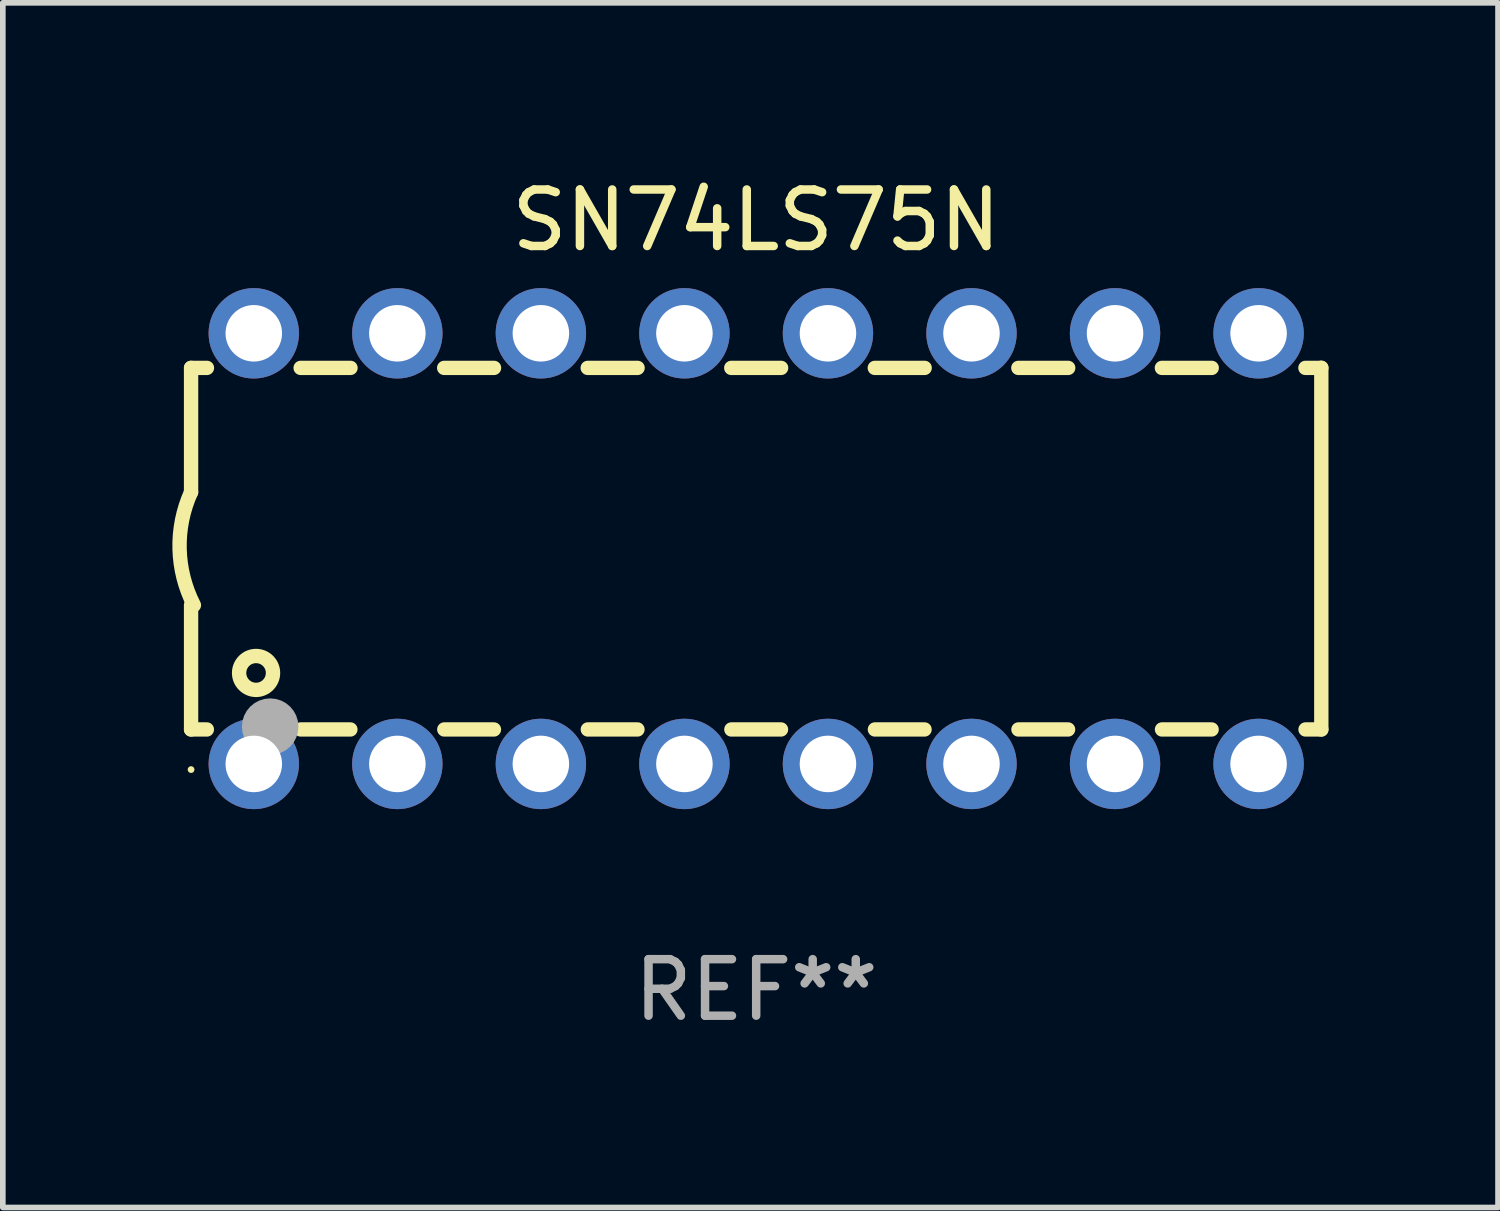
<source format=kicad_pcb>
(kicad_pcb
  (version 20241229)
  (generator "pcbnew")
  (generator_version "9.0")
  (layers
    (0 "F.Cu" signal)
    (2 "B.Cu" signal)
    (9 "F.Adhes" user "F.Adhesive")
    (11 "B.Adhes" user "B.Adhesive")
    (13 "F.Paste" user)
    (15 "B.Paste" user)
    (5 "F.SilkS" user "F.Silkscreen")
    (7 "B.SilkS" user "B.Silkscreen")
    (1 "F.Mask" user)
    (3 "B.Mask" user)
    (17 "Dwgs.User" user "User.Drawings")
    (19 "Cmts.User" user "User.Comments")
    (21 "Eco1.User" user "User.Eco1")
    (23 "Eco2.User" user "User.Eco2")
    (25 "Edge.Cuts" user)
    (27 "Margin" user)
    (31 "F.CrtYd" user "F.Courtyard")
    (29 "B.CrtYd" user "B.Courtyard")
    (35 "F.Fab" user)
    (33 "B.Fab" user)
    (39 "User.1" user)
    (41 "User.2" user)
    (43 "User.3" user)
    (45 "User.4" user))
  (footprint "SN74LS75N"
    (layer "F.Cu")
    (at 10.331 6.658)
    (property "Reference" "SN74LS75N" (at 0 -5.81 0) (layer "F.SilkS") (effects (font (size 1 1) (thickness 0.15))))
    (attr through_hole)
    (fp_line (start -10 -3.198) (end -9.719 -3.198) (stroke (width 0.254) (type solid)) (layer "F.SilkS"))
    (fp_line (start -10 -0.998) (end -10 -3.198) (stroke (width 0.254) (type solid)) (layer "F.SilkS"))
    (fp_line (start -10 3.2) (end -10 1) (stroke (width 0.254) (type solid)) (layer "F.SilkS"))
    (fp_line (start -10 3.2) (end -9.721 3.2) (stroke (width 0.254) (type solid)) (layer "F.SilkS"))
    (fp_line (start -8.061 -3.198) (end -7.179 -3.198) (stroke (width 0.254) (type solid)) (layer "F.SilkS"))
    (fp_line (start -8.059 3.2) (end -7.181 3.2) (stroke (width 0.254) (type solid)) (layer "F.SilkS"))
    (fp_line (start -5.521 -3.198) (end -4.639 -3.198) (stroke (width 0.254) (type solid)) (layer "F.SilkS"))
    (fp_line (start -5.519 3.2) (end -4.641 3.2) (stroke (width 0.254) (type solid)) (layer "F.SilkS"))
    (fp_line (start -2.981 -3.198) (end -2.099 -3.198) (stroke (width 0.254) (type solid)) (layer "F.SilkS"))
    (fp_line (start -2.979 3.2) (end -2.101 3.2) (stroke (width 0.254) (type solid)) (layer "F.SilkS"))
    (fp_line (start -0.441 -3.198) (end 0.441 -3.198) (stroke (width 0.254) (type solid)) (layer "F.SilkS"))
    (fp_line (start -0.439 3.2) (end 0.439 3.2) (stroke (width 0.254) (type solid)) (layer "F.SilkS"))
    (fp_line (start 2.099 -3.198) (end 2.981 -3.198) (stroke (width 0.254) (type solid)) (layer "F.SilkS"))
    (fp_line (start 2.101 3.2) (end 2.979 3.2) (stroke (width 0.254) (type solid)) (layer "F.SilkS"))
    (fp_line (start 4.639 -3.198) (end 5.521 -3.198) (stroke (width 0.254) (type solid)) (layer "F.SilkS"))
    (fp_line (start 4.641 3.2) (end 5.519 3.2) (stroke (width 0.254) (type solid)) (layer "F.SilkS"))
    (fp_line (start 7.179 -3.198) (end 8.061 -3.198) (stroke (width 0.254) (type solid)) (layer "F.SilkS"))
    (fp_line (start 7.181 3.2) (end 8.059 3.2) (stroke (width 0.254) (type solid)) (layer "F.SilkS"))
    (fp_line (start 9.719 -3.198) (end 10 -3.198) (stroke (width 0.254) (type solid)) (layer "F.SilkS"))
    (fp_line (start 9.721 3.2) (end 10 3.2) (stroke (width 0.254) (type solid)) (layer "F.SilkS"))
    (fp_line (start 10 3.2) (end 10 -3.2) (stroke (width 0.254) (type solid)) (layer "F.SilkS"))
    (fp_arc (start -9.949962 1) (mid -10.203153 0.005709) (end -10 -1) (stroke (width 0.254001) (type solid)) (layer "F.SilkS"))
    (fp_circle (center -10 3.91) (end -9.97 3.91) (stroke (width 0.06) (type solid)) (fill no) (layer "F.SilkS"))
    (fp_circle (center -8.85 2.2) (end -8.55 2.2) (stroke (width 0.254) (type solid)) (fill no) (layer "F.SilkS"))
    (fp_circle (center -8.6 3.15) (end -8.35 3.15) (stroke (width 0.5) (type solid)) (fill no) (layer "F.Fab"))
    (fp_text user "REF**" (at 0 7.81 0) (layer "F.Fab") (effects (font (size 1 1) (thickness 0.15))))
    (pad "1" thru_hole circle (at -8.89 3.81) (size 1.6 1.6) (drill 1) (layers "*.Cu" "*.Mask"))
    (pad "2" thru_hole circle (at -6.35 3.81) (size 1.6 1.6) (drill 1) (layers "*.Cu" "*.Mask"))
    (pad "3" thru_hole circle (at -3.81 3.81) (size 1.6 1.6) (drill 1) (layers "*.Cu" "*.Mask"))
    (pad "4" thru_hole circle (at -1.27 3.81) (size 1.6 1.6) (drill 1) (layers "*.Cu" "*.Mask"))
    (pad "5" thru_hole circle (at 1.27 3.81) (size 1.6 1.6) (drill 1) (layers "*.Cu" "*.Mask"))
    (pad "6" thru_hole circle (at 3.81 3.81) (size 1.6 1.6) (drill 1) (layers "*.Cu" "*.Mask"))
    (pad "7" thru_hole circle (at 6.35 3.81) (size 1.6 1.6) (drill 1) (layers "*.Cu" "*.Mask"))
    (pad "8" thru_hole circle (at 8.89 3.81) (size 1.6 1.6) (drill 1) (layers "*.Cu" "*.Mask"))
    (pad "9" thru_hole circle (at 8.89 -3.81) (size 1.6 1.6) (drill 1) (layers "*.Cu" "*.Mask"))
    (pad "10" thru_hole circle (at 6.35 -3.81) (size 1.6 1.6) (drill 1) (layers "*.Cu" "*.Mask"))
    (pad "11" thru_hole circle (at 3.81 -3.81) (size 1.6 1.6) (drill 1) (layers "*.Cu" "*.Mask"))
    (pad "12" thru_hole circle (at 1.27 -3.81) (size 1.6 1.6) (drill 1) (layers "*.Cu" "*.Mask"))
    (pad "13" thru_hole circle (at -1.27 -3.81) (size 1.6 1.6) (drill 1) (layers "*.Cu" "*.Mask"))
    (pad "14" thru_hole circle (at -3.81 -3.81) (size 1.6 1.6) (drill 1) (layers "*.Cu" "*.Mask"))
    (pad "15" thru_hole circle (at -6.35 -3.81) (size 1.6 1.6) (drill 1) (layers "*.Cu" "*.Mask"))
    (pad "16" thru_hole circle (at -8.89 -3.81) (size 1.6 1.6) (drill 1) (layers "*.Cu" "*.Mask")))
  (gr_rect
    (start -3 -3)
    (end 23.458 18.317)
    (stroke (width 0.1) (type default))
    (fill no)
    (layer "Edge.Cuts")))
</source>
